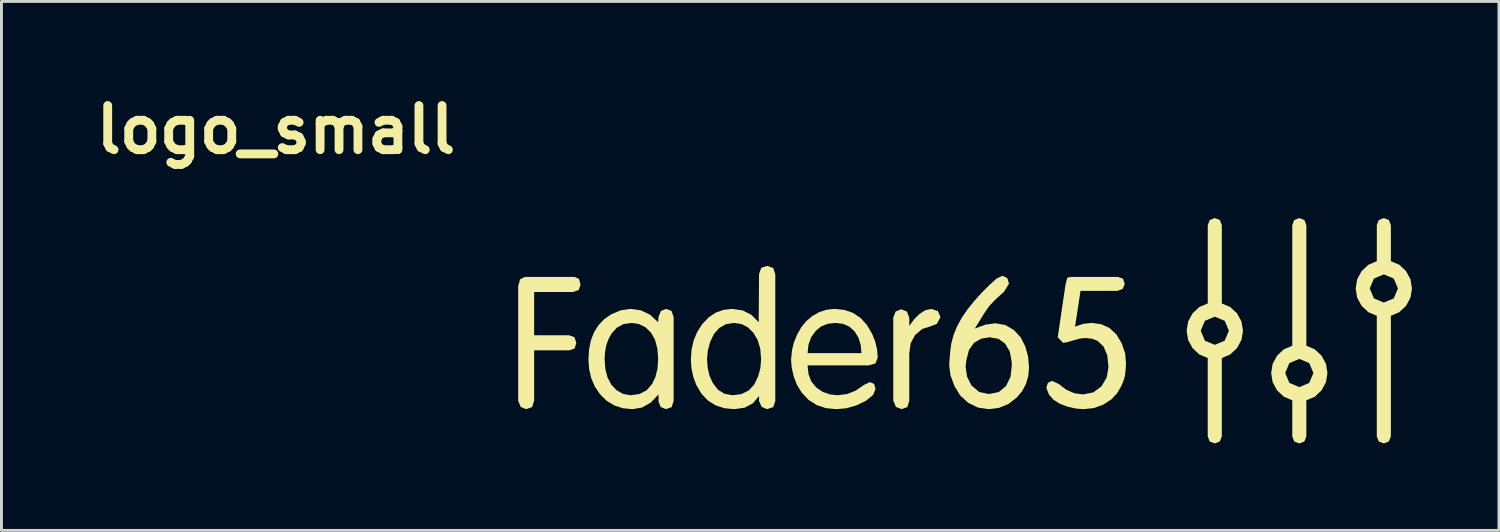
<source format=kicad_pcb>
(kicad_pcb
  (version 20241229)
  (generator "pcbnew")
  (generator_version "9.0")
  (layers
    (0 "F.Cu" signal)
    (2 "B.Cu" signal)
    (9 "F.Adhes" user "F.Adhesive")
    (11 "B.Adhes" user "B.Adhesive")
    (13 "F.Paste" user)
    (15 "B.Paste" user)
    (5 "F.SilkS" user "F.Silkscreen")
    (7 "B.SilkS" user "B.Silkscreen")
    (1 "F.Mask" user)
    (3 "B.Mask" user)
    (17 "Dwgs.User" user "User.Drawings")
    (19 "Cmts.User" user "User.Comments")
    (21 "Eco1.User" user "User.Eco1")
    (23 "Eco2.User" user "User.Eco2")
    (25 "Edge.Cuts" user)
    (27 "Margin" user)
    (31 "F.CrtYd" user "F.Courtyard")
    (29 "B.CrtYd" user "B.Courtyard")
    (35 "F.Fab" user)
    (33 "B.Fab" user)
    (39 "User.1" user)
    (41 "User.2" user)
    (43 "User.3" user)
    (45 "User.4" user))
  (footprint "logo_small"
    (layer "F.Cu")
    (at 6.473 1.426)
    (property "Reference" "logo_small" (at 0 0.001 0) (layer "F.SilkS") (effects (font (size 1.524 1.524) (thickness 0.305))))
    (attr exclude_from_pos_files exclude_from_bom)
    (fp_poly (pts (xy 8.36 5.39) (xy 8.428 5.161) (xy 8.595 5.08) (xy 10.304 5.08) (xy 10.459 5.148) (xy 10.511 5.353) (xy 10.449 5.53) (xy 10.251 5.601) (xy 8.911 5.601) (xy 8.911 7.093) (xy 10.118 7.093) (xy 10.304 7.164) (xy 10.366 7.359) (xy 10.307 7.55) (xy 10.13 7.613) (xy 8.911 7.613) (xy 8.911 9.347) (xy 8.842 9.57) (xy 8.632 9.644) (xy 8.449 9.57) (xy 8.36 9.359) (xy 8.36 5.39)) (stroke (width 0) (type solid)) (fill yes) (layer "F.SilkS"))
    (fp_poly (pts (xy 21.304 6.482) (xy 21.385 6.274) (xy 21.577 6.196) (xy 21.773 6.274) (xy 21.856 6.482) (xy 21.856 6.77) (xy 22.026 6.54) (xy 22.194 6.37) (xy 22.407 6.231) (xy 22.619 6.184) (xy 22.845 6.262) (xy 22.935 6.469) (xy 22.808 6.699) (xy 22.548 6.801) (xy 22.306 6.875) (xy 22.056 7.085) (xy 21.906 7.367) (xy 21.856 7.722) (xy 21.856 9.359) (xy 21.79 9.573) (xy 21.59 9.644) (xy 21.394 9.564) (xy 21.304 9.347) (xy 21.304 6.482)) (stroke (width 0) (type solid)) (fill yes) (layer "F.SilkS"))
    (fp_poly (pts (xy 32.399 7.425) (xy 31.478 7.255) (xy 31.632 7.538) (xy 31.865 7.757) (xy 32.156 7.88) (xy 32.156 10.585) (xy 32.224 10.759) (xy 32.399 10.827) (xy 32.573 10.759) (xy 32.642 10.585) (xy 32.642 7.88) (xy 32.932 7.757) (xy 33.165 7.538) (xy 33.32 7.255) (xy 33.372 6.938) (xy 33.321 6.621) (xy 33.167 6.338) (xy 32.933 6.12) (xy 32.642 5.996) (xy 32.642 3.292) (xy 32.574 3.117) (xy 32.399 3.049) (xy 32.225 3.117) (xy 32.157 3.292) (xy 32.157 5.996) (xy 31.866 6.119) (xy 31.633 6.338) (xy 31.479 6.621) (xy 31.427 6.938) (xy 31.478 7.255) (xy 32.399 7.425) (xy 32.057 7.28) (xy 31.914 6.938) (xy 32.058 6.596) (xy 32.4 6.452) (xy 32.742 6.596) (xy 32.886 6.938) (xy 32.742 7.28) (xy 32.399 7.425)) (stroke (width 0) (type solid)) (fill yes) (layer "F.SilkS"))
    (fp_poly (pts (xy 35.316 8.883) (xy 34.396 8.714) (xy 34.55 8.997) (xy 34.783 9.215) (xy 35.074 9.339) (xy 35.074 10.585) (xy 35.142 10.76) (xy 35.316 10.828) (xy 35.491 10.76) (xy 35.559 10.585) (xy 35.559 9.339) (xy 35.85 9.216) (xy 36.083 8.997) (xy 36.237 8.714) (xy 36.288 8.397) (xy 36.237 8.08) (xy 36.083 7.797) (xy 35.85 7.579) (xy 35.559 7.455) (xy 35.559 3.292) (xy 35.491 3.117) (xy 35.316 3.049) (xy 35.142 3.117) (xy 35.074 3.292) (xy 35.074 7.455) (xy 34.783 7.578) (xy 34.55 7.797) (xy 34.396 8.08) (xy 34.345 8.397) (xy 34.396 8.714) (xy 35.316 8.883) (xy 34.974 8.738) (xy 34.83 8.396) (xy 34.974 8.054) (xy 35.316 7.91) (xy 35.659 8.054) (xy 35.803 8.396) (xy 35.659 8.738) (xy 35.316 8.883)) (stroke (width 0) (type solid)) (fill yes) (layer "F.SilkS"))
    (fp_poly (pts (xy 38.233 5.966) (xy 37.312 5.796) (xy 37.466 6.079) (xy 37.699 6.298) (xy 37.99 6.421) (xy 37.99 10.585) (xy 38.058 10.759) (xy 38.233 10.827) (xy 38.407 10.759) (xy 38.476 10.585) (xy 38.476 6.421) (xy 38.766 6.298) (xy 38.999 6.079) (xy 39.153 5.796) (xy 39.204 5.479) (xy 39.153 5.162) (xy 38.999 4.879) (xy 38.767 4.661) (xy 38.476 4.538) (xy 38.476 3.292) (xy 38.408 3.117) (xy 38.233 3.049) (xy 38.059 3.117) (xy 37.991 3.292) (xy 37.991 4.538) (xy 37.7 4.661) (xy 37.467 4.88) (xy 37.313 5.163) (xy 37.261 5.479) (xy 37.312 5.796) (xy 38.233 5.966) (xy 37.891 5.821) (xy 37.747 5.479) (xy 37.891 5.137) (xy 38.233 4.993) (xy 38.576 5.137) (xy 38.72 5.479) (xy 38.576 5.821) (xy 38.233 5.966)) (stroke (width 0) (type solid)) (fill yes) (layer "F.SilkS"))
    (fp_poly (pts (xy 27.251 5.328) (xy 27.31 5.105) (xy 27.456 5.08) (xy 29.056 5.08) (xy 29.233 5.142) (xy 29.292 5.328) (xy 29.22 5.493) (xy 29.044 5.561) (xy 27.766 5.561) (xy 27.577 6.795) (xy 27.862 6.7) (xy 28.147 6.668) (xy 28.481 6.712) (xy 28.766 6.844) (xy 29.002 7.064) (xy 29.189 7.372) (xy 29.308 7.727) (xy 29.335 8.069) (xy 29.329 8.203) (xy 29.304 8.475) (xy 29.254 8.65) (xy 29.171 8.851) (xy 29.023 9.103) (xy 28.833 9.303) (xy 28.543 9.493) (xy 28.224 9.606) (xy 27.875 9.644) (xy 27.613 9.624) (xy 27.335 9.564) (xy 27.06 9.461) (xy 26.836 9.322) (xy 26.675 9.138) (xy 26.585 8.903) (xy 26.641 8.736) (xy 26.783 8.668) (xy 27.016 8.776) (xy 27.278 8.976) (xy 27.556 9.096) (xy 27.85 9.136) (xy 28.206 9.066) (xy 28.489 8.857) (xy 28.67 8.551) (xy 28.73 8.19) (xy 28.689 7.788) (xy 28.564 7.487) (xy 28.355 7.288) (xy 28.162 7.213) (xy 27.937 7.189) (xy 27.747 7.207) (xy 27.475 7.282) (xy 27.406 7.303) (xy 27.329 7.328) (xy 27.168 7.359) (xy 26.979 7.164) (xy 26.991 7.08) (xy 27.251 5.328)) (stroke (width 0) (type solid)) (fill yes) (layer "F.SilkS"))
    (fp_poly (pts (xy 14.877 7.905) (xy 14.906 9.345) (xy 14.686 9.112) (xy 14.508 8.813) (xy 14.403 8.532) (xy 14.34 8.237) (xy 14.319 7.93) (xy 14.344 7.582) (xy 14.419 7.261) (xy 14.544 6.966) (xy 14.719 6.699) (xy 14.935 6.476) (xy 15.168 6.317) (xy 15.443 6.217) (xy 15.745 6.184) (xy 16.102 6.235) (xy 16.407 6.388) (xy 16.66 6.643) (xy 16.672 4.978) (xy 16.749 4.769) (xy 16.948 4.699) (xy 17.162 4.772) (xy 17.233 4.99) (xy 17.233 9.359) (xy 17.162 9.573) (xy 16.948 9.644) (xy 16.762 9.564) (xy 16.672 9.365) (xy 16.672 9.189) (xy 16.459 9.442) (xy 16.173 9.594) (xy 15.816 9.644) (xy 15.471 9.611) (xy 15.168 9.511) (xy 14.906 9.345) (xy 14.877 7.905) (xy 14.899 8.218) (xy 14.964 8.495) (xy 15.072 8.736) (xy 15.253 8.974) (xy 15.483 9.116) (xy 15.761 9.164) (xy 16.066 9.123) (xy 16.314 9) (xy 16.506 8.796) (xy 16.641 8.509) (xy 16.718 8.228) (xy 16.743 7.917) (xy 16.713 7.555) (xy 16.623 7.257) (xy 16.48 7.013) (xy 16.294 6.826) (xy 16.064 6.707) (xy 15.81 6.668) (xy 15.527 6.712) (xy 15.296 6.844) (xy 15.113 7.052) (xy 14.985 7.322) (xy 14.904 7.623) (xy 14.877 7.905)) (stroke (width 0) (type solid)) (fill yes) (layer "F.SilkS"))
    (fp_poly (pts (xy 11.342 7.917) (xy 11.408 9.351) (xy 11.178 9.123) (xy 11.006 8.866) (xy 10.883 8.582) (xy 10.809 8.269) (xy 10.784 7.93) (xy 10.806 7.58) (xy 10.87 7.267) (xy 10.978 6.989) (xy 11.129 6.749) (xy 11.322 6.544) (xy 11.559 6.376) (xy 11.896 6.232) (xy 12.238 6.184) (xy 12.598 6.235) (xy 12.915 6.388) (xy 13.19 6.643) (xy 13.203 6.457) (xy 13.286 6.255) (xy 13.463 6.184) (xy 13.652 6.255) (xy 13.724 6.469) (xy 13.724 9.359) (xy 13.658 9.573) (xy 13.463 9.644) (xy 13.277 9.57) (xy 13.203 9.384) (xy 13.203 9.136) (xy 12.934 9.418) (xy 12.635 9.588) (xy 12.307 9.644) (xy 11.972 9.612) (xy 11.672 9.514) (xy 11.408 9.351) (xy 11.342 7.917) (xy 11.368 8.261) (xy 11.444 8.553) (xy 11.571 8.794) (xy 11.748 8.984) (xy 11.979 9.119) (xy 12.238 9.164) (xy 12.547 9.121) (xy 12.794 8.991) (xy 12.979 8.776) (xy 13.097 8.532) (xy 13.167 8.246) (xy 13.19 7.917) (xy 13.163 7.553) (xy 13.081 7.249) (xy 12.944 7.005) (xy 12.753 6.82) (xy 12.528 6.706) (xy 12.276 6.668) (xy 11.996 6.708) (xy 11.766 6.829) (xy 11.584 7.031) (xy 11.485 7.207) (xy 11.404 7.421) (xy 11.358 7.66) (xy 11.342 7.917)) (stroke (width 0) (type solid)) (fill yes) (layer "F.SilkS"))
    (fp_poly (pts (xy 18.508 6.432) (xy 19.568 6.7) (xy 19.305 6.668) (xy 19.041 6.698) (xy 18.815 6.789) (xy 18.629 6.941) (xy 18.472 7.158) (xy 18.378 7.415) (xy 18.346 7.71) (xy 20.207 7.71) (xy 20.18 7.425) (xy 20.101 7.175) (xy 19.968 6.959) (xy 19.79 6.797) (xy 19.568 6.7) (xy 18.508 6.432) (xy 18.751 6.294) (xy 19.008 6.212) (xy 19.28 6.184) (xy 19.616 6.219) (xy 19.914 6.322) (xy 20.173 6.495) (xy 20.394 6.738) (xy 20.576 7.049) (xy 20.683 7.317) (xy 20.747 7.588) (xy 20.768 7.861) (xy 20.69 8.066) (xy 20.455 8.134) (xy 18.346 8.134) (xy 18.379 8.434) (xy 18.475 8.685) (xy 18.636 8.888) (xy 18.861 9.043) (xy 19.108 9.133) (xy 19.376 9.164) (xy 19.697 9.125) (xy 20 9.008) (xy 20.284 8.813) (xy 20.495 8.711) (xy 20.642 8.77) (xy 20.691 8.947) (xy 20.61 9.151) (xy 20.364 9.353) (xy 20.024 9.517) (xy 19.679 9.613) (xy 19.345 9.644) (xy 18.98 9.609) (xy 18.659 9.502) (xy 18.38 9.323) (xy 18.145 9.074) (xy 17.976 8.799) (xy 17.866 8.509) (xy 17.798 8.202) (xy 17.776 7.917) (xy 17.782 7.892) (xy 17.808 7.615) (xy 17.876 7.34) (xy 17.987 7.068) (xy 18.129 6.817) (xy 18.302 6.605) (xy 18.508 6.432)) (stroke (width 0) (type solid)) (fill yes) (layer "F.SilkS"))
    (fp_poly (pts (xy 24.879 5.13) (xy 25.075 5.04) (xy 25.242 5.124) (xy 25.298 5.316) (xy 25.115 5.607) (xy 25.019 5.688) (xy 24.842 5.849) (xy 24.624 6.076) (xy 24.455 6.317) (xy 24.117 6.863) (xy 24.932 7.217) (xy 24.631 7.164) (xy 24.338 7.211) (xy 24.092 7.353) (xy 23.917 7.599) (xy 23.825 7.958) (xy 23.8 8.178) (xy 23.851 8.524) (xy 24.002 8.826) (xy 24.265 9.049) (xy 24.594 9.123) (xy 24.945 9.054) (xy 25.196 8.844) (xy 25.354 8.518) (xy 25.394 8.134) (xy 25.388 7.995) (xy 25.324 7.65) (xy 25.158 7.378) (xy 24.932 7.217) (xy 24.117 6.863) (xy 24.488 6.726) (xy 24.827 6.68) (xy 25.169 6.739) (xy 25.469 6.916) (xy 25.703 7.168) (xy 25.862 7.486) (xy 25.958 7.837) (xy 25.989 8.203) (xy 25.963 8.501) (xy 25.883 8.775) (xy 25.75 9.022) (xy 25.565 9.244) (xy 25.275 9.467) (xy 24.951 9.6) (xy 24.594 9.644) (xy 24.224 9.589) (xy 23.887 9.424) (xy 23.611 9.168) (xy 23.413 8.844) (xy 23.278 8.475) (xy 23.233 8.128) (xy 23.239 8.032) (xy 23.267 7.682) (xy 23.305 7.383) (xy 23.384 7.085) (xy 23.505 6.788) (xy 23.666 6.492) (xy 23.869 6.196) (xy 24.107 5.902) (xy 24.355 5.626) (xy 24.613 5.369) (xy 24.879 5.13)) (stroke (width 0) (type solid)) (fill yes) (layer "F.SilkS")))
  (gr_rect
    (start -3 -3)
    (end 48.678 15.254)
    (stroke (width 0.1) (type default))
    (fill no)
    (layer "Edge.Cuts")))
</source>
